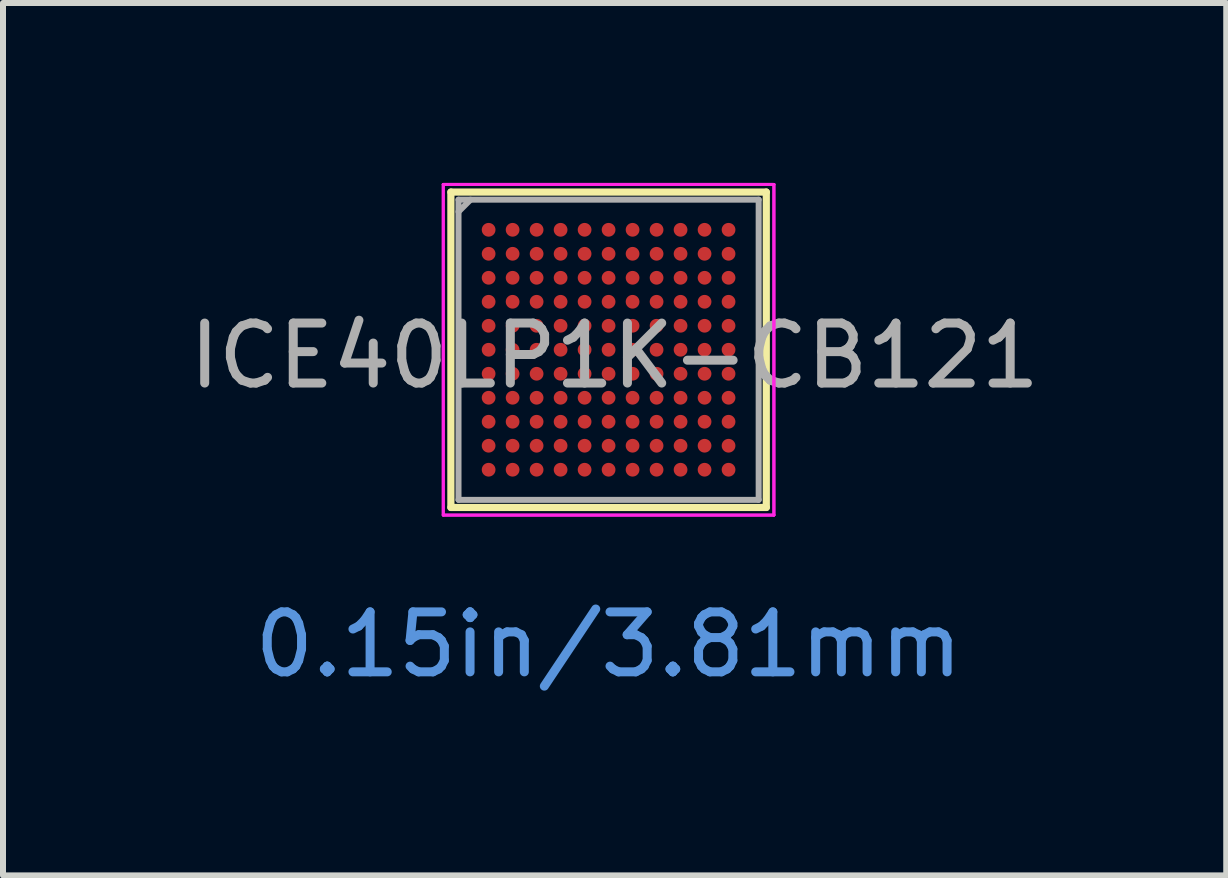
<source format=kicad_pcb>
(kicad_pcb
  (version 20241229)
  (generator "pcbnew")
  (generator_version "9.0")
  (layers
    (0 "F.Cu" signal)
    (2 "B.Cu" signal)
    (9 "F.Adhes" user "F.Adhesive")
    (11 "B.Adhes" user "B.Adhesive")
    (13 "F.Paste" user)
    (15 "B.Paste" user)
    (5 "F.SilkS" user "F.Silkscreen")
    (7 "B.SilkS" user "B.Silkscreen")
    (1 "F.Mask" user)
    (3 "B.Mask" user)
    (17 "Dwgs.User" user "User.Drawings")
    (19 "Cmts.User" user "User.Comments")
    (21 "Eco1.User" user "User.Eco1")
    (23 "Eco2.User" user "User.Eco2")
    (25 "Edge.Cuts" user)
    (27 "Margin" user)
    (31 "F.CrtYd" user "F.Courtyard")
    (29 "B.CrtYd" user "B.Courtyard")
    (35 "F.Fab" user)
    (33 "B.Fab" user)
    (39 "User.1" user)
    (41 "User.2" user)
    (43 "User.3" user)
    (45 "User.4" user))
  (footprint "ICE40LP1K-CB121"
    (layer "F.Cu")
    (at 7.096 2.781)
    (property "Reference" "ICE40LP1K-CB121" (at 0.1 0.1 0) (layer "F.Fab") (effects (font (size 1 1) (thickness 0.15))))
    (attr through_hole)
    (fp_line (start -2.629 -2.629) (end -2.629 2.629) (stroke (width 0.12) (type solid)) (layer "F.SilkS"))
    (fp_line (start -2.629 2.629) (end 2.629 2.629) (stroke (width 0.12) (type solid)) (layer "F.SilkS"))
    (fp_line (start 2.629 -2.629) (end -2.629 -2.629) (stroke (width 0.12) (type solid)) (layer "F.SilkS"))
    (fp_line (start 2.629 2.629) (end 2.629 -2.629) (stroke (width 0.12) (type solid)) (layer "F.SilkS"))
    (fp_line (start -2.756 -2.756) (end 2.756 -2.756) (stroke (width 0.05) (type solid)) (layer "F.CrtYd"))
    (fp_line (start -2.756 -2.756) (end 2.756 -2.756) (stroke (width 0.05) (type solid)) (layer "F.CrtYd"))
    (fp_line (start -2.756 2.756) (end -2.756 -2.756) (stroke (width 0.05) (type solid)) (layer "F.CrtYd"))
    (fp_line (start -2.756 2.756) (end -2.756 -2.756) (stroke (width 0.05) (type solid)) (layer "F.CrtYd"))
    (fp_line (start 2.756 -2.756) (end 2.756 2.756) (stroke (width 0.05) (type solid)) (layer "F.CrtYd"))
    (fp_line (start 2.756 -2.756) (end 2.756 2.756) (stroke (width 0.05) (type solid)) (layer "F.CrtYd"))
    (fp_line (start 2.756 2.756) (end -2.756 2.756) (stroke (width 0.05) (type solid)) (layer "F.CrtYd"))
    (fp_line (start 2.756 2.756) (end -2.756 2.756) (stroke (width 0.05) (type solid)) (layer "F.CrtYd"))
    (fp_line (start -2.502 -2.502) (end -2.502 2.502) (stroke (width 0.1) (type solid)) (layer "F.Fab"))
    (fp_line (start -2.502 2.502) (end 2.502 2.502) (stroke (width 0.1) (type solid)) (layer "F.Fab"))
    (fp_line (start -2.302 -2.502) (end -2.502 -2.302) (stroke (width 0.1) (type solid)) (layer "F.Fab"))
    (fp_line (start 2.502 -2.502) (end -2.502 -2.502) (stroke (width 0.1) (type solid)) (layer "F.Fab"))
    (fp_line (start 2.502 2.502) (end 2.502 -2.502) (stroke (width 0.1) (type solid)) (layer "F.Fab"))
    (fp_text user "0.15in/3.81mm" (at 0 4.915 0) (layer "Cmts.User") (effects (font (size 1 1) (thickness 0.15))))
    (pad "A1" smd circle (at -2 -2) (size 0.229 0.229) (layers "F.Cu" "F.Mask" "F.Paste"))
    (pad "A2" smd circle (at -1.6 -2) (size 0.229 0.229) (layers "F.Cu" "F.Mask" "F.Paste"))
    (pad "A3" smd circle (at -1.2 -2) (size 0.229 0.229) (layers "F.Cu" "F.Mask" "F.Paste"))
    (pad "A4" smd circle (at -0.8 -2) (size 0.229 0.229) (layers "F.Cu" "F.Mask" "F.Paste"))
    (pad "A5" smd circle (at -0.4 -2) (size 0.229 0.229) (layers "F.Cu" "F.Mask" "F.Paste"))
    (pad "A6" smd circle (at 0 -2) (size 0.229 0.229) (layers "F.Cu" "F.Mask" "F.Paste"))
    (pad "A7" smd circle (at 0.4 -2) (size 0.229 0.229) (layers "F.Cu" "F.Mask" "F.Paste"))
    (pad "A8" smd circle (at 0.8 -2) (size 0.229 0.229) (layers "F.Cu" "F.Mask" "F.Paste"))
    (pad "A9" smd circle (at 1.2 -2) (size 0.229 0.229) (layers "F.Cu" "F.Mask" "F.Paste"))
    (pad "A10" smd circle (at 1.6 -2) (size 0.229 0.229) (layers "F.Cu" "F.Mask" "F.Paste"))
    (pad "A11" smd circle (at 2 -2) (size 0.229 0.229) (layers "F.Cu" "F.Mask" "F.Paste"))
    (pad "B1" smd circle (at -2 -1.6) (size 0.229 0.229) (layers "F.Cu" "F.Mask" "F.Paste"))
    (pad "B2" smd circle (at -1.6 -1.6) (size 0.229 0.229) (layers "F.Cu" "F.Mask" "F.Paste"))
    (pad "B3" smd circle (at -1.2 -1.6) (size 0.229 0.229) (layers "F.Cu" "F.Mask" "F.Paste"))
    (pad "B4" smd circle (at -0.8 -1.6) (size 0.229 0.229) (layers "F.Cu" "F.Mask" "F.Paste"))
    (pad "B5" smd circle (at -0.4 -1.6) (size 0.229 0.229) (layers "F.Cu" "F.Mask" "F.Paste"))
    (pad "B6" smd circle (at 0 -1.6) (size 0.229 0.229) (layers "F.Cu" "F.Mask" "F.Paste"))
    (pad "B7" smd circle (at 0.4 -1.6) (size 0.229 0.229) (layers "F.Cu" "F.Mask" "F.Paste"))
    (pad "B8" smd circle (at 0.8 -1.6) (size 0.229 0.229) (layers "F.Cu" "F.Mask" "F.Paste"))
    (pad "B9" smd circle (at 1.2 -1.6) (size 0.229 0.229) (layers "F.Cu" "F.Mask" "F.Paste"))
    (pad "B10" smd circle (at 1.6 -1.6) (size 0.229 0.229) (layers "F.Cu" "F.Mask" "F.Paste"))
    (pad "B11" smd circle (at 2 -1.6) (size 0.229 0.229) (layers "F.Cu" "F.Mask" "F.Paste"))
    (pad "C1" smd circle (at -2 -1.2) (size 0.229 0.229) (layers "F.Cu" "F.Mask" "F.Paste"))
    (pad "C2" smd circle (at -1.6 -1.2) (size 0.229 0.229) (layers "F.Cu" "F.Mask" "F.Paste"))
    (pad "C3" smd circle (at -1.2 -1.2) (size 0.229 0.229) (layers "F.Cu" "F.Mask" "F.Paste"))
    (pad "C4" smd circle (at -0.8 -1.2) (size 0.229 0.229) (layers "F.Cu" "F.Mask" "F.Paste"))
    (pad "C5" smd circle (at -0.4 -1.2) (size 0.229 0.229) (layers "F.Cu" "F.Mask" "F.Paste"))
    (pad "C6" smd circle (at 0 -1.2) (size 0.229 0.229) (layers "F.Cu" "F.Mask" "F.Paste"))
    (pad "C7" smd circle (at 0.4 -1.2) (size 0.229 0.229) (layers "F.Cu" "F.Mask" "F.Paste"))
    (pad "C8" smd circle (at 0.8 -1.2) (size 0.229 0.229) (layers "F.Cu" "F.Mask" "F.Paste"))
    (pad "C9" smd circle (at 1.2 -1.2) (size 0.229 0.229) (layers "F.Cu" "F.Mask" "F.Paste"))
    (pad "C10" smd circle (at 1.6 -1.2) (size 0.229 0.229) (layers "F.Cu" "F.Mask" "F.Paste"))
    (pad "C11" smd circle (at 2 -1.2) (size 0.229 0.229) (layers "F.Cu" "F.Mask" "F.Paste"))
    (pad "D1" smd circle (at -2 -0.8) (size 0.229 0.229) (layers "F.Cu" "F.Mask" "F.Paste"))
    (pad "D2" smd circle (at -1.6 -0.8) (size 0.229 0.229) (layers "F.Cu" "F.Mask" "F.Paste"))
    (pad "D3" smd circle (at -1.2 -0.8) (size 0.229 0.229) (layers "F.Cu" "F.Mask" "F.Paste"))
    (pad "D4" smd circle (at -0.8 -0.8) (size 0.229 0.229) (layers "F.Cu" "F.Mask" "F.Paste"))
    (pad "D5" smd circle (at -0.4 -0.8) (size 0.229 0.229) (layers "F.Cu" "F.Mask" "F.Paste"))
    (pad "D6" smd circle (at 0 -0.8) (size 0.229 0.229) (layers "F.Cu" "F.Mask" "F.Paste"))
    (pad "D7" smd circle (at 0.4 -0.8) (size 0.229 0.229) (layers "F.Cu" "F.Mask" "F.Paste"))
    (pad "D8" smd circle (at 0.8 -0.8) (size 0.229 0.229) (layers "F.Cu" "F.Mask" "F.Paste"))
    (pad "D9" smd circle (at 1.2 -0.8) (size 0.229 0.229) (layers "F.Cu" "F.Mask" "F.Paste"))
    (pad "D10" smd circle (at 1.6 -0.8) (size 0.229 0.229) (layers "F.Cu" "F.Mask" "F.Paste"))
    (pad "D11" smd circle (at 2 -0.8) (size 0.229 0.229) (layers "F.Cu" "F.Mask" "F.Paste"))
    (pad "E1" smd circle (at -2 -0.4) (size 0.229 0.229) (layers "F.Cu" "F.Mask" "F.Paste"))
    (pad "E2" smd circle (at -1.6 -0.4) (size 0.229 0.229) (layers "F.Cu" "F.Mask" "F.Paste"))
    (pad "E3" smd circle (at -1.2 -0.4) (size 0.229 0.229) (layers "F.Cu" "F.Mask" "F.Paste"))
    (pad "E4" smd circle (at -0.8 -0.4) (size 0.229 0.229) (layers "F.Cu" "F.Mask" "F.Paste"))
    (pad "E5" smd circle (at -0.4 -0.4) (size 0.229 0.229) (layers "F.Cu" "F.Mask" "F.Paste"))
    (pad "E6" smd circle (at 0 -0.4) (size 0.229 0.229) (layers "F.Cu" "F.Mask" "F.Paste"))
    (pad "E7" smd circle (at 0.4 -0.4) (size 0.229 0.229) (layers "F.Cu" "F.Mask" "F.Paste"))
    (pad "E8" smd circle (at 0.8 -0.4) (size 0.229 0.229) (layers "F.Cu" "F.Mask" "F.Paste"))
    (pad "E9" smd circle (at 1.2 -0.4) (size 0.229 0.229) (layers "F.Cu" "F.Mask" "F.Paste"))
    (pad "E10" smd circle (at 1.6 -0.4) (size 0.229 0.229) (layers "F.Cu" "F.Mask" "F.Paste"))
    (pad "E11" smd circle (at 2 -0.4) (size 0.229 0.229) (layers "F.Cu" "F.Mask" "F.Paste"))
    (pad "F1" smd circle (at -2 0) (size 0.229 0.229) (layers "F.Cu" "F.Mask" "F.Paste"))
    (pad "F2" smd circle (at -1.6 0) (size 0.229 0.229) (layers "F.Cu" "F.Mask" "F.Paste"))
    (pad "F3" smd circle (at -1.2 0) (size 0.229 0.229) (layers "F.Cu" "F.Mask" "F.Paste"))
    (pad "F4" smd circle (at -0.8 0) (size 0.229 0.229) (layers "F.Cu" "F.Mask" "F.Paste"))
    (pad "F5" smd circle (at -0.4 0) (size 0.229 0.229) (layers "F.Cu" "F.Mask" "F.Paste"))
    (pad "F6" smd circle (at 0 0) (size 0.229 0.229) (layers "F.Cu" "F.Mask" "F.Paste"))
    (pad "F7" smd circle (at 0.4 0) (size 0.229 0.229) (layers "F.Cu" "F.Mask" "F.Paste"))
    (pad "F8" smd circle (at 0.8 0) (size 0.229 0.229) (layers "F.Cu" "F.Mask" "F.Paste"))
    (pad "F9" smd circle (at 1.2 0) (size 0.229 0.229) (layers "F.Cu" "F.Mask" "F.Paste"))
    (pad "F10" smd circle (at 1.6 0) (size 0.229 0.229) (layers "F.Cu" "F.Mask" "F.Paste"))
    (pad "F11" smd circle (at 2 0) (size 0.229 0.229) (layers "F.Cu" "F.Mask" "F.Paste"))
    (pad "G1" smd circle (at -2 0.4) (size 0.229 0.229) (layers "F.Cu" "F.Mask" "F.Paste"))
    (pad "G2" smd circle (at -1.6 0.4) (size 0.229 0.229) (layers "F.Cu" "F.Mask" "F.Paste"))
    (pad "G3" smd circle (at -1.2 0.4) (size 0.229 0.229) (layers "F.Cu" "F.Mask" "F.Paste"))
    (pad "G4" smd circle (at -0.8 0.4) (size 0.229 0.229) (layers "F.Cu" "F.Mask" "F.Paste"))
    (pad "G5" smd circle (at -0.4 0.4) (size 0.229 0.229) (layers "F.Cu" "F.Mask" "F.Paste"))
    (pad "G6" smd circle (at 0 0.4) (size 0.229 0.229) (layers "F.Cu" "F.Mask" "F.Paste"))
    (pad "G7" smd circle (at 0.4 0.4) (size 0.229 0.229) (layers "F.Cu" "F.Mask" "F.Paste"))
    (pad "G8" smd circle (at 0.8 0.4) (size 0.229 0.229) (layers "F.Cu" "F.Mask" "F.Paste"))
    (pad "G9" smd circle (at 1.2 0.4) (size 0.229 0.229) (layers "F.Cu" "F.Mask" "F.Paste"))
    (pad "G10" smd circle (at 1.6 0.4) (size 0.229 0.229) (layers "F.Cu" "F.Mask" "F.Paste"))
    (pad "G11" smd circle (at 2 0.4) (size 0.229 0.229) (layers "F.Cu" "F.Mask" "F.Paste"))
    (pad "H1" smd circle (at -2 0.8) (size 0.229 0.229) (layers "F.Cu" "F.Mask" "F.Paste"))
    (pad "H2" smd circle (at -1.6 0.8) (size 0.229 0.229) (layers "F.Cu" "F.Mask" "F.Paste"))
    (pad "H3" smd circle (at -1.2 0.8) (size 0.229 0.229) (layers "F.Cu" "F.Mask" "F.Paste"))
    (pad "H4" smd circle (at -0.8 0.8) (size 0.229 0.229) (layers "F.Cu" "F.Mask" "F.Paste"))
    (pad "H5" smd circle (at -0.4 0.8) (size 0.229 0.229) (layers "F.Cu" "F.Mask" "F.Paste"))
    (pad "H6" smd circle (at 0 0.8) (size 0.229 0.229) (layers "F.Cu" "F.Mask" "F.Paste"))
    (pad "H7" smd circle (at 0.4 0.8) (size 0.229 0.229) (layers "F.Cu" "F.Mask" "F.Paste"))
    (pad "H8" smd circle (at 0.8 0.8) (size 0.229 0.229) (layers "F.Cu" "F.Mask" "F.Paste"))
    (pad "H9" smd circle (at 1.2 0.8) (size 0.229 0.229) (layers "F.Cu" "F.Mask" "F.Paste"))
    (pad "H10" smd circle (at 1.6 0.8) (size 0.229 0.229) (layers "F.Cu" "F.Mask" "F.Paste"))
    (pad "H11" smd circle (at 2 0.8) (size 0.229 0.229) (layers "F.Cu" "F.Mask" "F.Paste"))
    (pad "J1" smd circle (at -2 1.2) (size 0.229 0.229) (layers "F.Cu" "F.Mask" "F.Paste"))
    (pad "J2" smd circle (at -1.6 1.2) (size 0.229 0.229) (layers "F.Cu" "F.Mask" "F.Paste"))
    (pad "J3" smd circle (at -1.2 1.2) (size 0.229 0.229) (layers "F.Cu" "F.Mask" "F.Paste"))
    (pad "J4" smd circle (at -0.8 1.2) (size 0.229 0.229) (layers "F.Cu" "F.Mask" "F.Paste"))
    (pad "J5" smd circle (at -0.4 1.2) (size 0.229 0.229) (layers "F.Cu" "F.Mask" "F.Paste"))
    (pad "J6" smd circle (at 0 1.2) (size 0.229 0.229) (layers "F.Cu" "F.Mask" "F.Paste"))
    (pad "J7" smd circle (at 0.4 1.2) (size 0.229 0.229) (layers "F.Cu" "F.Mask" "F.Paste"))
    (pad "J8" smd circle (at 0.8 1.2) (size 0.229 0.229) (layers "F.Cu" "F.Mask" "F.Paste"))
    (pad "J9" smd circle (at 1.2 1.2) (size 0.229 0.229) (layers "F.Cu" "F.Mask" "F.Paste"))
    (pad "J10" smd circle (at 1.6 1.2) (size 0.229 0.229) (layers "F.Cu" "F.Mask" "F.Paste"))
    (pad "J11" smd circle (at 2 1.2) (size 0.229 0.229) (layers "F.Cu" "F.Mask" "F.Paste"))
    (pad "K1" smd circle (at -2 1.6) (size 0.229 0.229) (layers "F.Cu" "F.Mask" "F.Paste"))
    (pad "K2" smd circle (at -1.6 1.6) (size 0.229 0.229) (layers "F.Cu" "F.Mask" "F.Paste"))
    (pad "K3" smd circle (at -1.2 1.6) (size 0.229 0.229) (layers "F.Cu" "F.Mask" "F.Paste"))
    (pad "K4" smd circle (at -0.8 1.6) (size 0.229 0.229) (layers "F.Cu" "F.Mask" "F.Paste"))
    (pad "K5" smd circle (at -0.4 1.6) (size 0.229 0.229) (layers "F.Cu" "F.Mask" "F.Paste"))
    (pad "K6" smd circle (at 0 1.6) (size 0.229 0.229) (layers "F.Cu" "F.Mask" "F.Paste"))
    (pad "K7" smd circle (at 0.4 1.6) (size 0.229 0.229) (layers "F.Cu" "F.Mask" "F.Paste"))
    (pad "K8" smd circle (at 0.8 1.6) (size 0.229 0.229) (layers "F.Cu" "F.Mask" "F.Paste"))
    (pad "K9" smd circle (at 1.2 1.6) (size 0.229 0.229) (layers "F.Cu" "F.Mask" "F.Paste"))
    (pad "K10" smd circle (at 1.6 1.6) (size 0.229 0.229) (layers "F.Cu" "F.Mask" "F.Paste"))
    (pad "K11" smd circle (at 2 1.6) (size 0.229 0.229) (layers "F.Cu" "F.Mask" "F.Paste"))
    (pad "L1" smd circle (at -2 2) (size 0.229 0.229) (layers "F.Cu" "F.Mask" "F.Paste"))
    (pad "L2" smd circle (at -1.6 2) (size 0.229 0.229) (layers "F.Cu" "F.Mask" "F.Paste"))
    (pad "L3" smd circle (at -1.2 2) (size 0.229 0.229) (layers "F.Cu" "F.Mask" "F.Paste"))
    (pad "L4" smd circle (at -0.8 2) (size 0.229 0.229) (layers "F.Cu" "F.Mask" "F.Paste"))
    (pad "L5" smd circle (at -0.4 2) (size 0.229 0.229) (layers "F.Cu" "F.Mask" "F.Paste"))
    (pad "L6" smd circle (at 0 2) (size 0.229 0.229) (layers "F.Cu" "F.Mask" "F.Paste"))
    (pad "L7" smd circle (at 0.4 2) (size 0.229 0.229) (layers "F.Cu" "F.Mask" "F.Paste"))
    (pad "L8" smd circle (at 0.8 2) (size 0.229 0.229) (layers "F.Cu" "F.Mask" "F.Paste"))
    (pad "L9" smd circle (at 1.2 2) (size 0.229 0.229) (layers "F.Cu" "F.Mask" "F.Paste"))
    (pad "L10" smd circle (at 1.6 2) (size 0.229 0.229) (layers "F.Cu" "F.Mask" "F.Paste"))
    (pad "L11" smd circle (at 2 2) (size 0.229 0.229) (layers "F.Cu" "F.Mask" "F.Paste")))
  (gr_rect
    (start -3 -3)
    (end 17.393 11.544)
    (stroke (width 0.1) (type default))
    (fill no)
    (layer "Edge.Cuts")))
</source>
